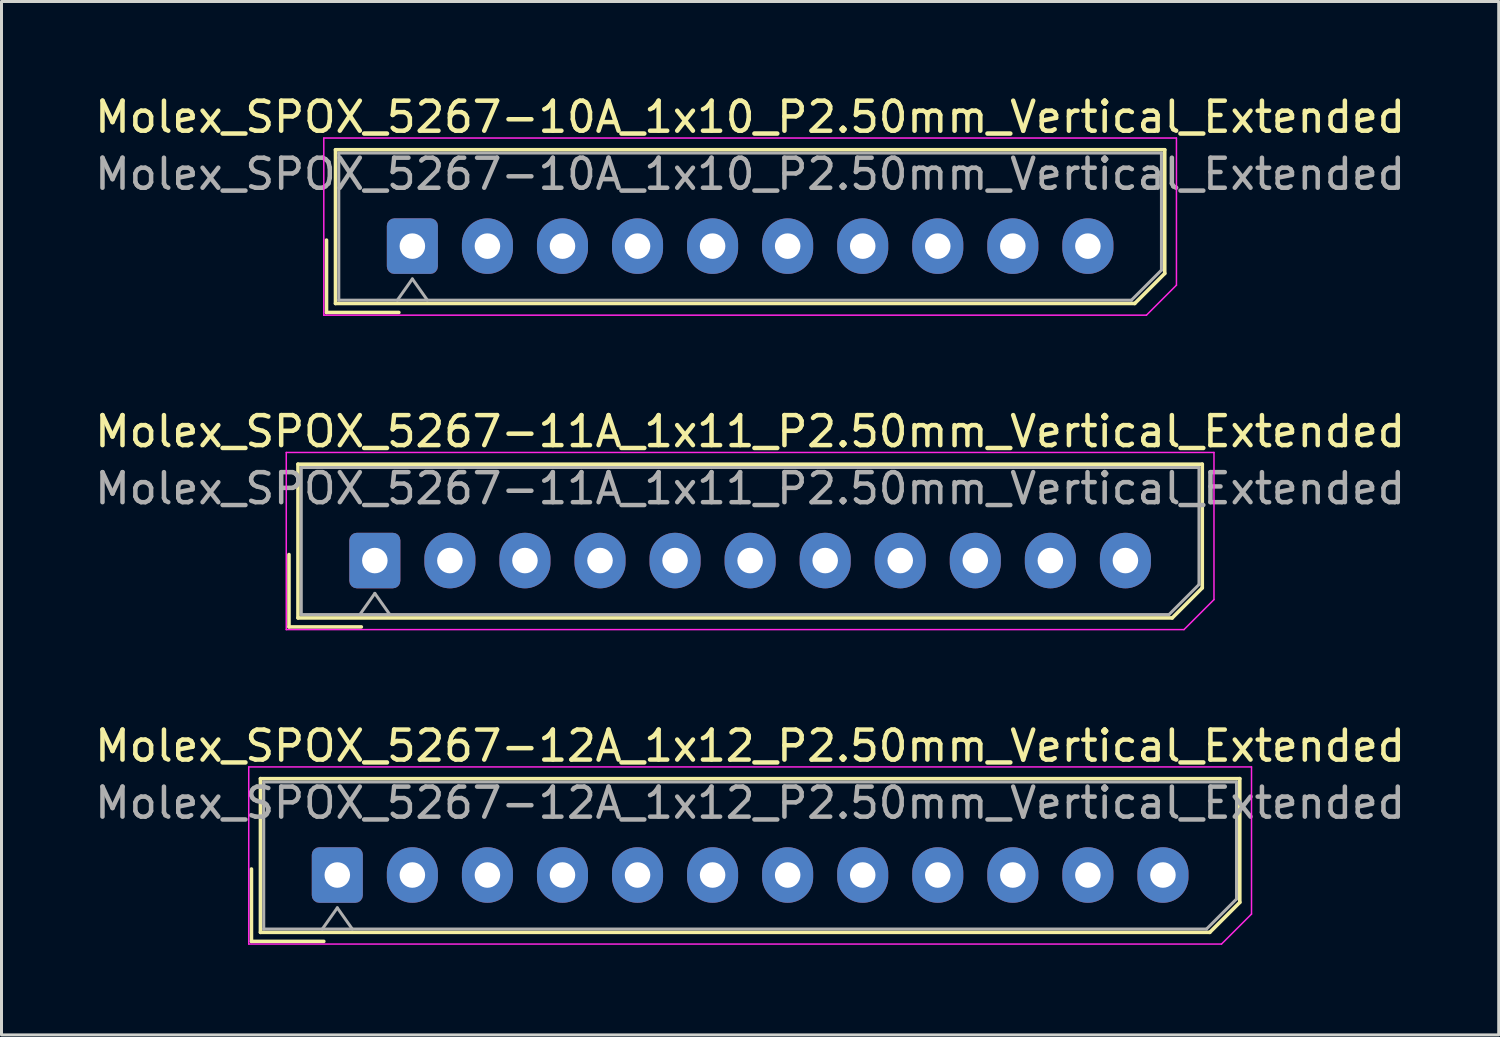
<source format=kicad_pcb>
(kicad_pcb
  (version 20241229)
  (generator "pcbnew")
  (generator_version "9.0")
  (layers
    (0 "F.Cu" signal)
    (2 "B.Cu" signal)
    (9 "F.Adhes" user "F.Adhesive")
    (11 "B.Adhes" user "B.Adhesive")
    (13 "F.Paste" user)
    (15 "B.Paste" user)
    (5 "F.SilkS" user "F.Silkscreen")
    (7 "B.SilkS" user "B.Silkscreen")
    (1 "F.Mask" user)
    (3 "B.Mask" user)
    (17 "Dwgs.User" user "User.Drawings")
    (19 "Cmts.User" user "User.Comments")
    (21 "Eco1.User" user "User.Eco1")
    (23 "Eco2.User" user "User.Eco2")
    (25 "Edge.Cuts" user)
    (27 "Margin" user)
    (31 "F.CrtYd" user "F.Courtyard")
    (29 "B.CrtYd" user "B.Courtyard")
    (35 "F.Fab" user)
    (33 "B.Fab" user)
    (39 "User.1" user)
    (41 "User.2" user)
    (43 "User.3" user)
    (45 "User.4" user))
  (footprint "Molex_SPOX_5267-10A_1x10_P2.50mm_Vertical_Extended"
    (layer "F.Cu")
    (at 10.685 5.148)
    (property "Reference" "Molex_SPOX_5267-10A_1x10_P2.50mm_Vertical_Extended" (at 11.25 -4.3 0) (layer "F.SilkS") (effects (font (size 1 1) (thickness 0.15))))
    (attr through_hole)
    (fp_line (start -2.86 -0.2) (end -2.86 2.21) (stroke (width 0.12) (type solid)) (layer "F.SilkS"))
    (fp_line (start -2.86 2.21) (end -0.45 2.21) (stroke (width 0.12) (type solid)) (layer "F.SilkS"))
    (fp_line (start -2.56 -3.21) (end -2.56 1.91) (stroke (width 0.12) (type solid)) (layer "F.SilkS"))
    (fp_line (start -2.56 1.91) (end 24.06 1.91) (stroke (width 0.12) (type solid)) (layer "F.SilkS"))
    (fp_line (start 24.06 1.91) (end 25.06 0.91) (stroke (width 0.12) (type solid)) (layer "F.SilkS"))
    (fp_line (start 25.06 -3.21) (end -2.56 -3.21) (stroke (width 0.12) (type solid)) (layer "F.SilkS"))
    (fp_line (start 25.06 0.91) (end 25.06 -3.21) (stroke (width 0.12) (type solid)) (layer "F.SilkS"))
    (fp_line (start -2.95 -3.6) (end -2.95 2.3) (stroke (width 0.05) (type solid)) (layer "F.CrtYd"))
    (fp_line (start -2.95 2.3) (end 24.45 2.3) (stroke (width 0.05) (type solid)) (layer "F.CrtYd"))
    (fp_line (start 24.45 2.3) (end 25.45 1.3) (stroke (width 0.05) (type solid)) (layer "F.CrtYd"))
    (fp_line (start 25.45 -3.6) (end -2.95 -3.6) (stroke (width 0.05) (type solid)) (layer "F.CrtYd"))
    (fp_line (start 25.45 1.3) (end 25.45 -3.6) (stroke (width 0.05) (type solid)) (layer "F.CrtYd"))
    (fp_line (start -2.45 -3.1) (end -2.45 1.8) (stroke (width 0.1) (type solid)) (layer "F.Fab"))
    (fp_line (start -2.45 1.8) (end 23.95 1.8) (stroke (width 0.1) (type solid)) (layer "F.Fab"))
    (fp_line (start -0.5 1.8) (end 0 1.093) (stroke (width 0.1) (type solid)) (layer "F.Fab"))
    (fp_line (start 0 1.093) (end 0.5 1.8) (stroke (width 0.1) (type solid)) (layer "F.Fab"))
    (fp_line (start 23.95 1.8) (end 24.95 0.8) (stroke (width 0.1) (type solid)) (layer "F.Fab"))
    (fp_line (start 24.95 -3.1) (end -2.45 -3.1) (stroke (width 0.1) (type solid)) (layer "F.Fab"))
    (fp_line (start 24.95 0.8) (end 24.95 -3.1) (stroke (width 0.1) (type solid)) (layer "F.Fab"))
    (fp_text user "${REFERENCE}" (at 11.25 -2.4 0) (layer "F.Fab") (effects (font (size 1 1) (thickness 0.15))))
    (pad "1" thru_hole roundrect (at 0 0) (size 1.7 1.85) (drill 0.85) (layers "*.Cu" "*.Mask") (roundrect_rratio 0.147))
    (pad "2" thru_hole oval (at 2.5 0) (size 1.7 1.85) (drill 0.85) (layers "*.Cu" "*.Mask"))
    (pad "3" thru_hole oval (at 5 0) (size 1.7 1.85) (drill 0.85) (layers "*.Cu" "*.Mask"))
    (pad "4" thru_hole oval (at 7.5 0) (size 1.7 1.85) (drill 0.85) (layers "*.Cu" "*.Mask"))
    (pad "5" thru_hole oval (at 10 0) (size 1.7 1.85) (drill 0.85) (layers "*.Cu" "*.Mask"))
    (pad "6" thru_hole oval (at 12.5 0) (size 1.7 1.85) (drill 0.85) (layers "*.Cu" "*.Mask"))
    (pad "7" thru_hole oval (at 15 0) (size 1.7 1.85) (drill 0.85) (layers "*.Cu" "*.Mask"))
    (pad "8" thru_hole oval (at 17.5 0) (size 1.7 1.85) (drill 0.85) (layers "*.Cu" "*.Mask"))
    (pad "9" thru_hole oval (at 20 0) (size 1.7 1.85) (drill 0.85) (layers "*.Cu" "*.Mask"))
    (pad "10" thru_hole oval (at 22.5 0) (size 1.7 1.85) (drill 0.85) (layers "*.Cu" "*.Mask")))
  (footprint "Molex_SPOX_5267-12A_1x12_P2.50mm_Vertical_Extended"
    (layer "F.Cu")
    (at 8.185 26.095)
    (property "Reference" "Molex_SPOX_5267-12A_1x12_P2.50mm_Vertical_Extended" (at 13.75 -4.3 0) (layer "F.SilkS") (effects (font (size 1 1) (thickness 0.15))))
    (attr through_hole)
    (fp_line (start -2.86 -0.2) (end -2.86 2.21) (stroke (width 0.12) (type solid)) (layer "F.SilkS"))
    (fp_line (start -2.86 2.21) (end -0.45 2.21) (stroke (width 0.12) (type solid)) (layer "F.SilkS"))
    (fp_line (start -2.56 -3.21) (end -2.56 1.91) (stroke (width 0.12) (type solid)) (layer "F.SilkS"))
    (fp_line (start -2.56 1.91) (end 29.06 1.91) (stroke (width 0.12) (type solid)) (layer "F.SilkS"))
    (fp_line (start 29.06 1.91) (end 30.06 0.91) (stroke (width 0.12) (type solid)) (layer "F.SilkS"))
    (fp_line (start 30.06 -3.21) (end -2.56 -3.21) (stroke (width 0.12) (type solid)) (layer "F.SilkS"))
    (fp_line (start 30.06 0.91) (end 30.06 -3.21) (stroke (width 0.12) (type solid)) (layer "F.SilkS"))
    (fp_line (start -2.95 -3.6) (end -2.95 2.3) (stroke (width 0.05) (type solid)) (layer "F.CrtYd"))
    (fp_line (start -2.95 2.3) (end 29.45 2.3) (stroke (width 0.05) (type solid)) (layer "F.CrtYd"))
    (fp_line (start 29.45 2.3) (end 30.45 1.3) (stroke (width 0.05) (type solid)) (layer "F.CrtYd"))
    (fp_line (start 30.45 -3.6) (end -2.95 -3.6) (stroke (width 0.05) (type solid)) (layer "F.CrtYd"))
    (fp_line (start 30.45 1.3) (end 30.45 -3.6) (stroke (width 0.05) (type solid)) (layer "F.CrtYd"))
    (fp_line (start -2.45 -3.1) (end -2.45 1.8) (stroke (width 0.1) (type solid)) (layer "F.Fab"))
    (fp_line (start -2.45 1.8) (end 28.95 1.8) (stroke (width 0.1) (type solid)) (layer "F.Fab"))
    (fp_line (start -0.5 1.8) (end 0 1.093) (stroke (width 0.1) (type solid)) (layer "F.Fab"))
    (fp_line (start 0 1.093) (end 0.5 1.8) (stroke (width 0.1) (type solid)) (layer "F.Fab"))
    (fp_line (start 28.95 1.8) (end 29.95 0.8) (stroke (width 0.1) (type solid)) (layer "F.Fab"))
    (fp_line (start 29.95 -3.1) (end -2.45 -3.1) (stroke (width 0.1) (type solid)) (layer "F.Fab"))
    (fp_line (start 29.95 0.8) (end 29.95 -3.1) (stroke (width 0.1) (type solid)) (layer "F.Fab"))
    (fp_text user "${REFERENCE}" (at 13.75 -2.4 0) (layer "F.Fab") (effects (font (size 1 1) (thickness 0.15))))
    (pad "1" thru_hole roundrect (at 0 0) (size 1.7 1.85) (drill 0.85) (layers "*.Cu" "*.Mask") (roundrect_rratio 0.147))
    (pad "2" thru_hole oval (at 2.5 0) (size 1.7 1.85) (drill 0.85) (layers "*.Cu" "*.Mask"))
    (pad "3" thru_hole oval (at 5 0) (size 1.7 1.85) (drill 0.85) (layers "*.Cu" "*.Mask"))
    (pad "4" thru_hole oval (at 7.5 0) (size 1.7 1.85) (drill 0.85) (layers "*.Cu" "*.Mask"))
    (pad "5" thru_hole oval (at 10 0) (size 1.7 1.85) (drill 0.85) (layers "*.Cu" "*.Mask"))
    (pad "6" thru_hole oval (at 12.5 0) (size 1.7 1.85) (drill 0.85) (layers "*.Cu" "*.Mask"))
    (pad "7" thru_hole oval (at 15 0) (size 1.7 1.85) (drill 0.85) (layers "*.Cu" "*.Mask"))
    (pad "8" thru_hole oval (at 17.5 0) (size 1.7 1.85) (drill 0.85) (layers "*.Cu" "*.Mask"))
    (pad "9" thru_hole oval (at 20 0) (size 1.7 1.85) (drill 0.85) (layers "*.Cu" "*.Mask"))
    (pad "10" thru_hole oval (at 22.5 0) (size 1.7 1.85) (drill 0.85) (layers "*.Cu" "*.Mask"))
    (pad "11" thru_hole oval (at 25 0) (size 1.7 1.85) (drill 0.85) (layers "*.Cu" "*.Mask"))
    (pad "12" thru_hole oval (at 27.5 0) (size 1.7 1.85) (drill 0.85) (layers "*.Cu" "*.Mask")))
  (footprint "Molex_SPOX_5267-11A_1x11_P2.50mm_Vertical_Extended"
    (layer "F.Cu")
    (at 9.435 15.621)
    (property "Reference" "Molex_SPOX_5267-11A_1x11_P2.50mm_Vertical_Extended" (at 12.5 -4.3 0) (layer "F.SilkS") (effects (font (size 1 1) (thickness 0.15))))
    (attr through_hole)
    (fp_line (start -2.86 -0.2) (end -2.86 2.21) (stroke (width 0.12) (type solid)) (layer "F.SilkS"))
    (fp_line (start -2.86 2.21) (end -0.45 2.21) (stroke (width 0.12) (type solid)) (layer "F.SilkS"))
    (fp_line (start -2.56 -3.21) (end -2.56 1.91) (stroke (width 0.12) (type solid)) (layer "F.SilkS"))
    (fp_line (start -2.56 1.91) (end 26.56 1.91) (stroke (width 0.12) (type solid)) (layer "F.SilkS"))
    (fp_line (start 26.56 1.91) (end 27.56 0.91) (stroke (width 0.12) (type solid)) (layer "F.SilkS"))
    (fp_line (start 27.56 -3.21) (end -2.56 -3.21) (stroke (width 0.12) (type solid)) (layer "F.SilkS"))
    (fp_line (start 27.56 0.91) (end 27.56 -3.21) (stroke (width 0.12) (type solid)) (layer "F.SilkS"))
    (fp_line (start -2.95 -3.6) (end -2.95 2.3) (stroke (width 0.05) (type solid)) (layer "F.CrtYd"))
    (fp_line (start -2.95 2.3) (end 26.95 2.3) (stroke (width 0.05) (type solid)) (layer "F.CrtYd"))
    (fp_line (start 26.95 2.3) (end 27.95 1.3) (stroke (width 0.05) (type solid)) (layer "F.CrtYd"))
    (fp_line (start 27.95 -3.6) (end -2.95 -3.6) (stroke (width 0.05) (type solid)) (layer "F.CrtYd"))
    (fp_line (start 27.95 1.3) (end 27.95 -3.6) (stroke (width 0.05) (type solid)) (layer "F.CrtYd"))
    (fp_line (start -2.45 -3.1) (end -2.45 1.8) (stroke (width 0.1) (type solid)) (layer "F.Fab"))
    (fp_line (start -2.45 1.8) (end 26.45 1.8) (stroke (width 0.1) (type solid)) (layer "F.Fab"))
    (fp_line (start -0.5 1.8) (end 0 1.093) (stroke (width 0.1) (type solid)) (layer "F.Fab"))
    (fp_line (start 0 1.093) (end 0.5 1.8) (stroke (width 0.1) (type solid)) (layer "F.Fab"))
    (fp_line (start 26.45 1.8) (end 27.45 0.8) (stroke (width 0.1) (type solid)) (layer "F.Fab"))
    (fp_line (start 27.45 -3.1) (end -2.45 -3.1) (stroke (width 0.1) (type solid)) (layer "F.Fab"))
    (fp_line (start 27.45 0.8) (end 27.45 -3.1) (stroke (width 0.1) (type solid)) (layer "F.Fab"))
    (fp_text user "${REFERENCE}" (at 12.5 -2.4 0) (layer "F.Fab") (effects (font (size 1 1) (thickness 0.15))))
    (pad "1" thru_hole roundrect (at 0 0) (size 1.7 1.85) (drill 0.85) (layers "*.Cu" "*.Mask") (roundrect_rratio 0.147))
    (pad "2" thru_hole oval (at 2.5 0) (size 1.7 1.85) (drill 0.85) (layers "*.Cu" "*.Mask"))
    (pad "3" thru_hole oval (at 5 0) (size 1.7 1.85) (drill 0.85) (layers "*.Cu" "*.Mask"))
    (pad "4" thru_hole oval (at 7.5 0) (size 1.7 1.85) (drill 0.85) (layers "*.Cu" "*.Mask"))
    (pad "5" thru_hole oval (at 10 0) (size 1.7 1.85) (drill 0.85) (layers "*.Cu" "*.Mask"))
    (pad "6" thru_hole oval (at 12.5 0) (size 1.7 1.85) (drill 0.85) (layers "*.Cu" "*.Mask"))
    (pad "7" thru_hole oval (at 15 0) (size 1.7 1.85) (drill 0.85) (layers "*.Cu" "*.Mask"))
    (pad "8" thru_hole oval (at 17.5 0) (size 1.7 1.85) (drill 0.85) (layers "*.Cu" "*.Mask"))
    (pad "9" thru_hole oval (at 20 0) (size 1.7 1.85) (drill 0.85) (layers "*.Cu" "*.Mask"))
    (pad "10" thru_hole oval (at 22.5 0) (size 1.7 1.85) (drill 0.85) (layers "*.Cu" "*.Mask"))
    (pad "11" thru_hole oval (at 25 0) (size 1.7 1.85) (drill 0.85) (layers "*.Cu" "*.Mask")))
  (gr_rect
    (start -3 -3)
    (end 46.869 31.42)
    (stroke (width 0.1) (type default))
    (fill no)
    (layer "Edge.Cuts")))
</source>
